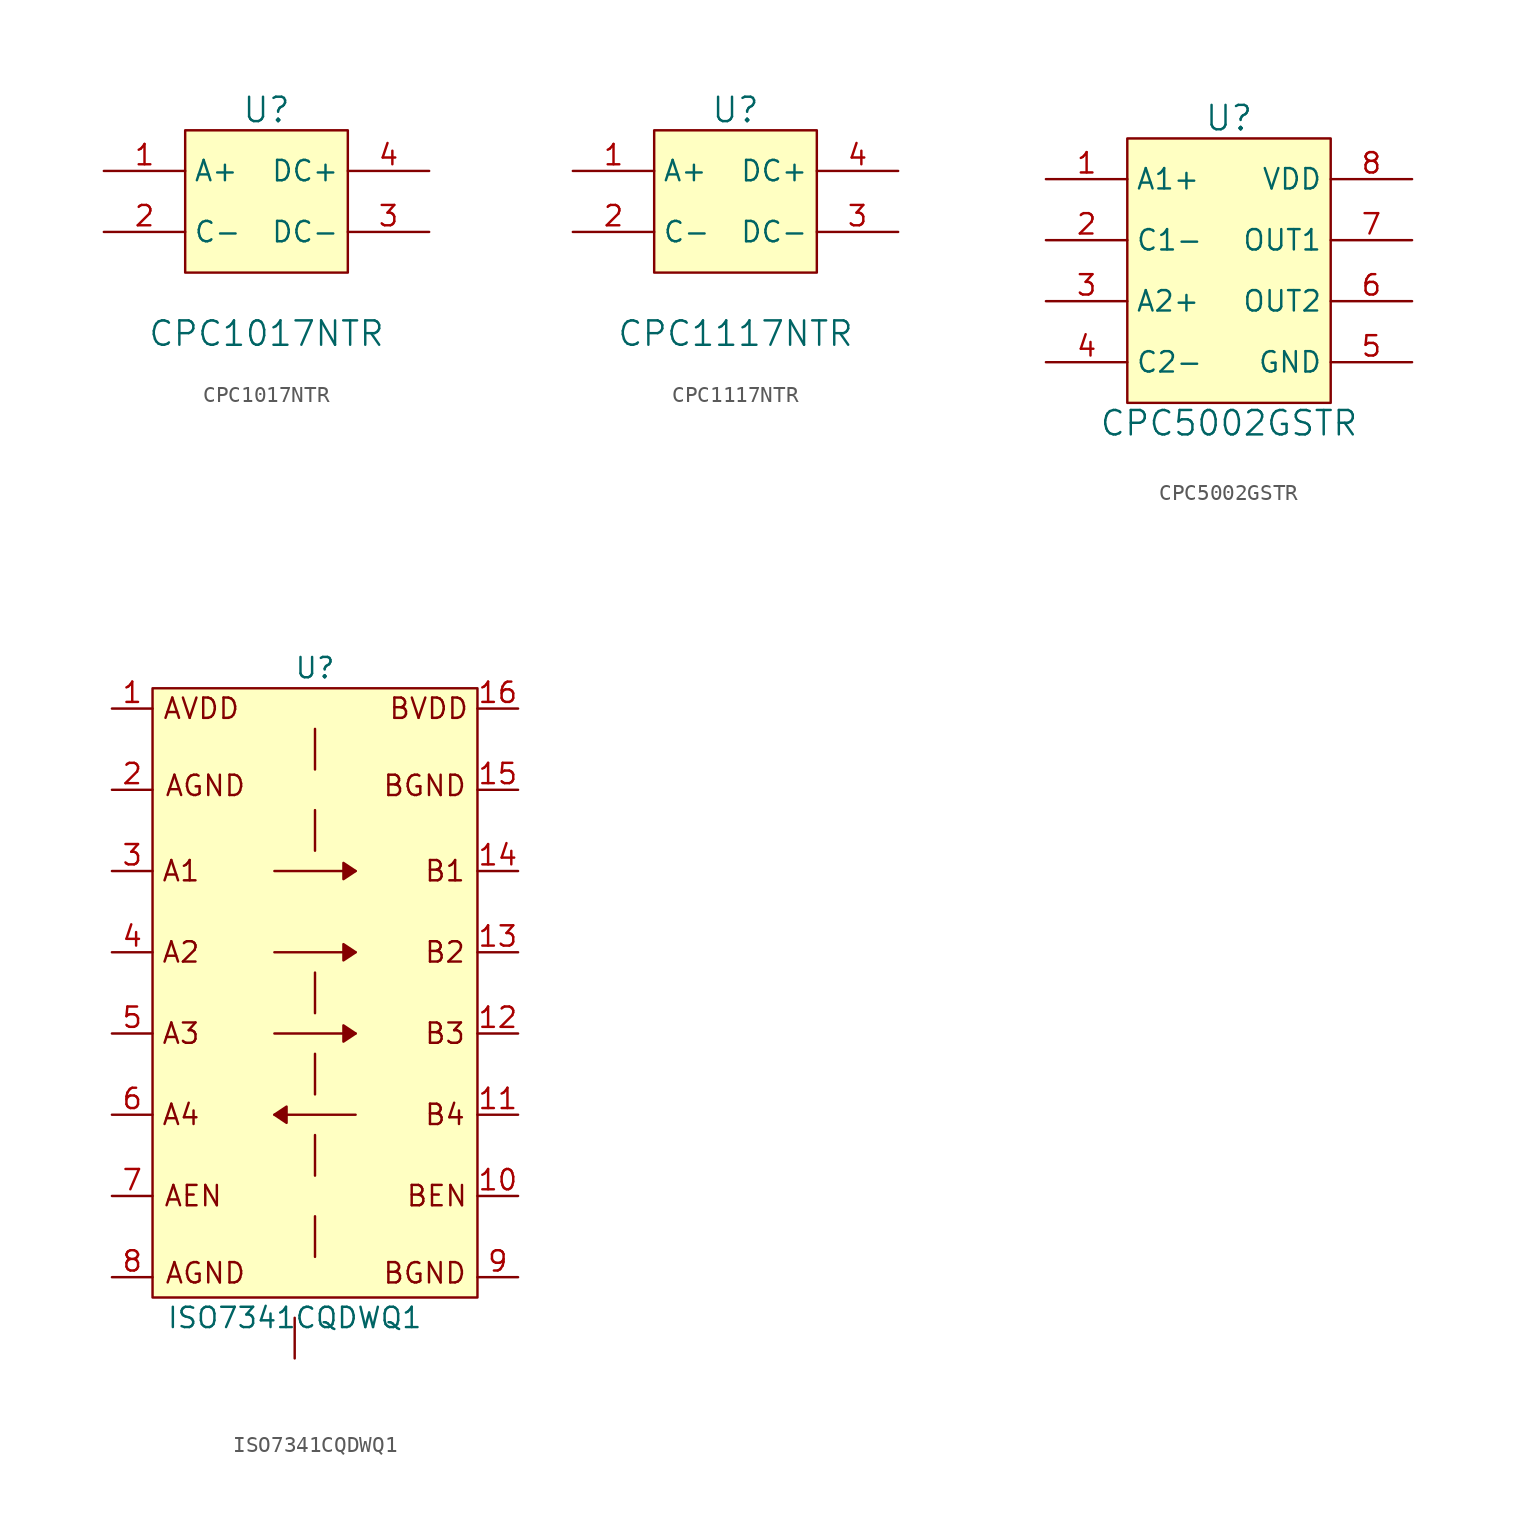
<source format=kicad_sym>
(kicad_symbol_lib
  (version 20211014)
  (generator kicad_symbol_editor)
  (symbol "CPC1017NTR"
    (property "Reference" "U"
      (at 0 6.35 0)
      (effects (font (size 1.524 1.524))))
    (property "Value" "CPC1017NTR"
      (at 0 -7.62 0)
      (effects (font (size 1.524 1.524))))
    (symbol "CPC1017NTR_0_1"
      (rectangle (start -5.08 5.08) (end 5.08 -3.81) (stroke (width 0) (type default) (color 0 0 0 0)) (fill (type background))))
    (symbol "CPC1017NTR_1_1"
      (pin passive line (at -10.16 2.54 0) (length 5.08) (name "A+" (effects (font (size 1.27 1.27)))) (number "1" (effects (font (size 1.27 1.27)))))
      (pin passive line (at -10.16 -1.27 0) (length 5.08) (name "C-" (effects (font (size 1.27 1.27)))) (number "2" (effects (font (size 1.27 1.27)))))
      (pin passive line (at 10.16 -1.27 180) (length 5.08) (name "DC-" (effects (font (size 1.27 1.27)))) (number "3" (effects (font (size 1.27 1.27)))))
      (pin passive line (at 10.16 2.54 180) (length 5.08) (name "DC+" (effects (font (size 1.27 1.27)))) (number "4" (effects (font (size 1.27 1.27)))))))
  (symbol "CPC1117NTR"
    (property "Reference" "U"
      (at 0 6.35 0)
      (effects (font (size 1.524 1.524))))
    (property "Value" "CPC1117NTR"
      (at 0 -7.62 0)
      (effects (font (size 1.524 1.524))))
    (symbol "CPC1117NTR_0_1"
      (rectangle (start -5.08 5.08) (end 5.08 -3.81) (stroke (width 0) (type default) (color 0 0 0 0)) (fill (type background))))
    (symbol "CPC1117NTR_1_1"
      (pin passive line (at -10.16 2.54 0) (length 5.08) (name "A+" (effects (font (size 1.27 1.27)))) (number "1" (effects (font (size 1.27 1.27)))))
      (pin passive line (at -10.16 -1.27 0) (length 5.08) (name "C-" (effects (font (size 1.27 1.27)))) (number "2" (effects (font (size 1.27 1.27)))))
      (pin passive line (at 10.16 -1.27 180) (length 5.08) (name "DC-" (effects (font (size 1.27 1.27)))) (number "3" (effects (font (size 1.27 1.27)))))
      (pin passive line (at 10.16 2.54 180) (length 5.08) (name "DC+" (effects (font (size 1.27 1.27)))) (number "4" (effects (font (size 1.27 1.27)))))))
  (symbol "CPC5002GSTR"
    (property "Reference" "U"
      (at 0 6.35 0)
      (effects (font (size 1.524 1.524))))
    (property "Value" "CPC5002GSTR"
      (at 0 -12.7 0)
      (effects (font (size 1.524 1.524))))
    (symbol "CPC5002GSTR_0_1"
      (rectangle (start -6.35 5.08) (end 6.35 -11.43) (stroke (width 0) (type default) (color 0 0 0 0)) (fill (type background))))
    (symbol "CPC5002GSTR_1_1"
      (pin passive line (at -11.43 2.54 0) (length 5.08) (name "A1+" (effects (font (size 1.27 1.27)))) (number "1" (effects (font (size 1.27 1.27)))))
      (pin passive line (at -11.43 -1.27 0) (length 5.08) (name "C1-" (effects (font (size 1.27 1.27)))) (number "2" (effects (font (size 1.27 1.27)))))
      (pin passive line (at -11.43 -5.08 0) (length 5.08) (name "A2+" (effects (font (size 1.27 1.27)))) (number "3" (effects (font (size 1.27 1.27)))))
      (pin passive line (at -11.43 -8.89 0) (length 5.08) (name "C2-" (effects (font (size 1.27 1.27)))) (number "4" (effects (font (size 1.27 1.27)))))
      (pin passive line (at 11.43 -8.89 180) (length 5.08) (name "GND" (effects (font (size 1.27 1.27)))) (number "5" (effects (font (size 1.27 1.27)))))
      (pin passive line (at 11.43 -5.08 180) (length 5.08) (name "OUT2" (effects (font (size 1.27 1.27)))) (number "6" (effects (font (size 1.27 1.27)))))
      (pin passive line (at 11.43 -1.27 180) (length 5.08) (name "OUT1" (effects (font (size 1.27 1.27)))) (number "7" (effects (font (size 1.27 1.27)))))
      (pin passive line (at 11.43 2.54 180) (length 5.08) (name "VDD" (effects (font (size 1.27 1.27)))) (number "8" (effects (font (size 1.27 1.27)))))))
  (symbol "ISO7341CQDWQ1"
    (pin_names
      (offset 1.016) hide)
    (property "Reference" "U"
      (at 0 0 0)
      (effects (font (size 1.27 1.27))))
    (property "Value" "ISO7341CQDWQ1"
      (at -1.27 -40.64 0)
      (effects (font (size 1.27 1.27))))
    (symbol "ISO7341CQDWQ1_1_1"
      (polyline (pts (xy -2.54 -27.94) (xy 2.54 -27.94)) (stroke (width 0) (type default) (color 0 0 0 0)) (fill (type none)))
      (polyline (pts (xy -2.54 -22.86) (xy 2.54 -22.86)) (stroke (width 0) (type default) (color 0 0 0 0)) (fill (type none)))
      (polyline (pts (xy -2.54 -17.78) (xy 2.54 -17.78)) (stroke (width 0) (type default) (color 0 0 0 0)) (fill (type none)))
      (polyline (pts (xy -2.54 -12.7) (xy 2.54 -12.7)) (stroke (width 0) (type default) (color 0 0 0 0)) (fill (type none)))
      (polyline (pts (xy -1.27 -40.64) (xy -1.27 -43.18)) (stroke (width 0) (type default) (color 0 0 0 0)) (fill (type none)))
      (polyline (pts (xy 0 -34.29) (xy 0 -36.83)) (stroke (width 0) (type default) (color 0 0 0 0)) (fill (type none)))
      (polyline (pts (xy 0 -29.21) (xy 0 -31.75)) (stroke (width 0) (type default) (color 0 0 0 0)) (fill (type none)))
      (polyline (pts (xy 0 -24.13) (xy 0 -26.67)) (stroke (width 0) (type default) (color 0 0 0 0)) (fill (type none)))
      (polyline (pts (xy 0 -19.05) (xy 0 -21.59)) (stroke (width 0) (type default) (color 0 0 0 0)) (fill (type none)))
      (polyline (pts (xy 0 -8.89) (xy 0 -11.43)) (stroke (width 0) (type default) (color 0 0 0 0)) (fill (type none)))
      (polyline (pts (xy 0 -3.81) (xy 0 -6.35)) (stroke (width 0) (type default) (color 0 0 0 0)) (fill (type none)))
      (polyline (pts (xy -2.54 -27.94) (xy -1.778 -27.432) (xy -1.778 -28.448) (xy -2.54 -27.94)) (stroke (width 0) (type default) (color 0 0 0 0)) (fill (type outline)))
      (polyline (pts (xy 2.54 -22.86) (xy 1.778 -22.352) (xy 1.778 -23.368) (xy 2.54 -22.86)) (stroke (width 0) (type default) (color 0 0 0 0)) (fill (type outline)))
      (polyline (pts (xy 2.54 -17.78) (xy 1.778 -17.272) (xy 1.778 -18.288) (xy 2.54 -17.78)) (stroke (width 0) (type default) (color 0 0 0 0)) (fill (type outline)))
      (polyline (pts (xy 2.54 -12.7) (xy 1.778 -12.192) (xy 1.778 -13.208) (xy 2.54 -12.7)) (stroke (width 0) (type default) (color 0 0 0 0)) (fill (type outline)))
      (polyline (pts (xy -10.16 -1.27) (xy 10.16 -1.27) (xy 10.16 -39.37) (xy -10.16 -39.37) (xy -10.16 -19.05) (xy -10.16 -1.27)) (stroke (width 0) (type default) (color 0 0 0 0)) (fill (type background)))
      (text "A1" (at -8.382 -12.7 0) (effects (font (size 1.27 1.27))))
      (text "A2" (at -8.382 -17.78 0) (effects (font (size 1.27 1.27))))
      (text "A3" (at -8.382 -22.86 0) (effects (font (size 1.27 1.27))))
      (text "A4" (at -8.382 -27.94 0) (effects (font (size 1.27 1.27))))
      (text "AEN" (at -7.62 -33.02 0) (effects (font (size 1.27 1.27))))
      (text "AGND" (at -6.858 -37.846 0) (effects (font (size 1.27 1.27))))
      (text "AGND" (at -6.858 -7.366 0) (effects (font (size 1.27 1.27))))
      (text "AVDD" (at -7.112 -2.54 0) (effects (font (size 1.27 1.27))))
      (text "B1" (at 8.128 -12.7 0) (effects (font (size 1.27 1.27))))
      (text "B2" (at 8.128 -17.78 0) (effects (font (size 1.27 1.27))))
      (text "B3" (at 8.128 -22.86 0) (effects (font (size 1.27 1.27))))
      (text "B4" (at 8.128 -27.94 0) (effects (font (size 1.27 1.27))))
      (text "BEN" (at 7.62 -33.02 0) (effects (font (size 1.27 1.27))))
      (text "BGND" (at 6.858 -37.846 0) (effects (font (size 1.27 1.27))))
      (text "BGND" (at 6.858 -7.366 0) (effects (font (size 1.27 1.27))))
      (text "BVDD" (at 7.112 -2.54 0) (effects (font (size 1.27 1.27))))
      (pin input line (at -12.7 -2.54 0) (length 2.54) (name "AVDD" (effects (font (size 1.27 1.27)))) (number "1" (effects (font (size 1.27 1.27)))))
      (pin input line (at 12.7 -33.02 180) (length 2.54) (name "BEN" (effects (font (size 1.27 1.27)))) (number "10" (effects (font (size 1.27 1.27)))))
      (pin input line (at 12.7 -27.94 180) (length 2.54) (name "B4" (effects (font (size 1.27 1.27)))) (number "11" (effects (font (size 1.27 1.27)))))
      (pin output line (at 12.7 -22.86 180) (length 2.54) (name "B3" (effects (font (size 1.27 1.27)))) (number "12" (effects (font (size 1.27 1.27)))))
      (pin output line (at 12.7 -17.78 180) (length 2.54) (name "B2" (effects (font (size 1.27 1.27)))) (number "13" (effects (font (size 1.27 1.27)))))
      (pin output line (at 12.7 -12.7 180) (length 2.54) (name "B1" (effects (font (size 1.27 1.27)))) (number "14" (effects (font (size 1.27 1.27)))))
      (pin input line (at 12.7 -7.62 180) (length 2.54) (name "BGND" (effects (font (size 1.27 1.27)))) (number "15" (effects (font (size 1.27 1.27)))))
      (pin input line (at 12.7 -2.54 180) (length 2.54) (name "BVDD" (effects (font (size 1.27 1.27)))) (number "16" (effects (font (size 1.27 1.27)))))
      (pin input line (at -12.7 -7.62 0) (length 2.54) (name "AGND" (effects (font (size 1.27 1.27)))) (number "2" (effects (font (size 1.27 1.27)))))
      (pin input line (at -12.7 -12.7 0) (length 2.54) (name "A1" (effects (font (size 1.27 1.27)))) (number "3" (effects (font (size 1.27 1.27)))))
      (pin input line (at -12.7 -17.78 0) (length 2.54) (name "A2" (effects (font (size 1.27 1.27)))) (number "4" (effects (font (size 1.27 1.27)))))
      (pin input line (at -12.7 -22.86 0) (length 2.54) (name "A3" (effects (font (size 1.27 1.27)))) (number "5" (effects (font (size 1.27 1.27)))))
      (pin output line (at -12.7 -27.94 0) (length 2.54) (name "A4" (effects (font (size 1.27 1.27)))) (number "6" (effects (font (size 1.27 1.27)))))
      (pin input line (at -12.7 -33.02 0) (length 2.54) (name "AEN" (effects (font (size 1.27 1.27)))) (number "7" (effects (font (size 1.27 1.27)))))
      (pin input line (at -12.7 -38.1 0) (length 2.54) (name "AGND" (effects (font (size 1.27 1.27)))) (number "8" (effects (font (size 1.27 1.27)))))
      (pin input line (at 12.7 -38.1 180) (length 2.54) (name "BGND" (effects (font (size 1.27 1.27)))) (number "9" (effects (font (size 1.27 1.27))))))))
</source>
